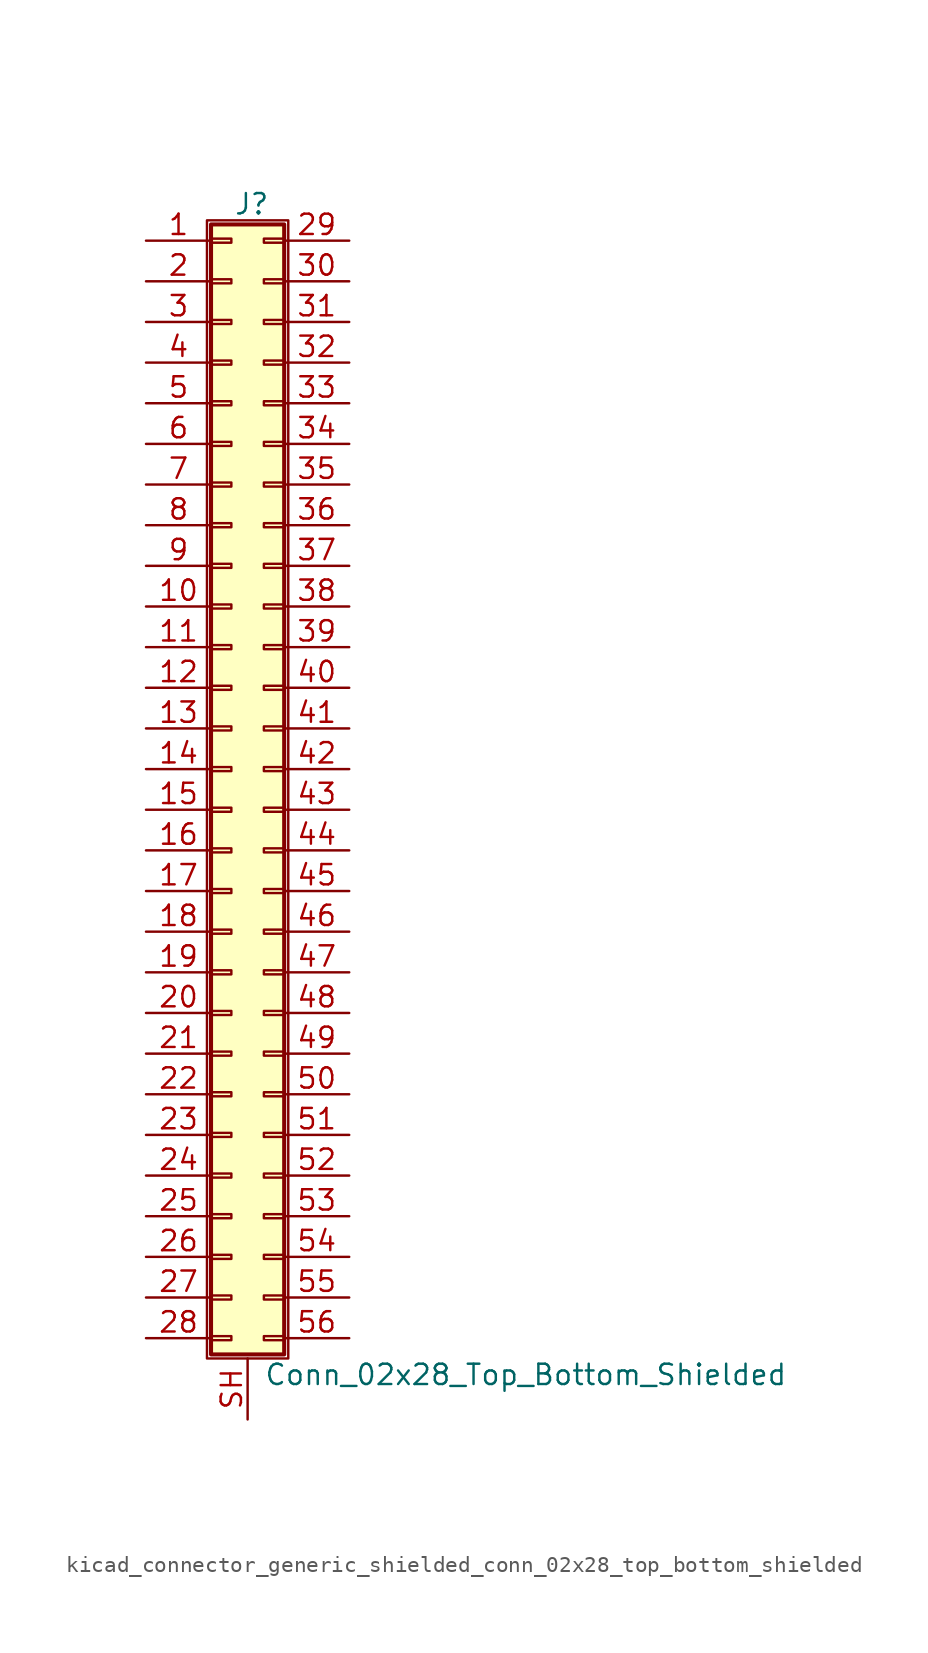
<source format=kicad_sym>
(kicad_symbol_lib
  (version 20220914)
  (generator kicad_symbol_editor)
  (symbol "kicad_connector_generic_shielded_conn_02x28_top_bottom_shielded"
    (pin_names
      (offset 1.016) hide)
    (property "Reference" "J"
      (at 1.524 35.306 0)
      (effects (font (size 1.27 1.27))))
    (property "Value" "Conn_02x28_Top_Bottom_Shielded"
      (at 2.286 -37.846 0)
      (effects (font (size 1.27 1.27)) (justify left)))
    (symbol "kicad_connector_generic_shielded_conn_02x28_top_bottom_shielded_1_1"
      (rectangle (start -1.27 34.29) (end 3.81 -36.83) (stroke (width 0.152) (type default)) (fill (type none)))
      (rectangle (start -1.016 -35.433) (end 0.254 -35.687) (stroke (width 0.152) (type default)) (fill (type none)))
      (rectangle (start -1.016 -32.893) (end 0.254 -33.147) (stroke (width 0.152) (type default)) (fill (type none)))
      (rectangle (start -1.016 -30.353) (end 0.254 -30.607) (stroke (width 0.152) (type default)) (fill (type none)))
      (rectangle (start -1.016 -27.813) (end 0.254 -28.067) (stroke (width 0.152) (type default)) (fill (type none)))
      (rectangle (start -1.016 -25.273) (end 0.254 -25.527) (stroke (width 0.152) (type default)) (fill (type none)))
      (rectangle (start -1.016 -22.733) (end 0.254 -22.987) (stroke (width 0.152) (type default)) (fill (type none)))
      (rectangle (start -1.016 -20.193) (end 0.254 -20.447) (stroke (width 0.152) (type default)) (fill (type none)))
      (rectangle (start -1.016 -17.653) (end 0.254 -17.907) (stroke (width 0.152) (type default)) (fill (type none)))
      (rectangle (start -1.016 -15.113) (end 0.254 -15.367) (stroke (width 0.152) (type default)) (fill (type none)))
      (rectangle (start -1.016 -12.573) (end 0.254 -12.827) (stroke (width 0.152) (type default)) (fill (type none)))
      (rectangle (start -1.016 -10.033) (end 0.254 -10.287) (stroke (width 0.152) (type default)) (fill (type none)))
      (rectangle (start -1.016 -7.493) (end 0.254 -7.747) (stroke (width 0.152) (type default)) (fill (type none)))
      (rectangle (start -1.016 -4.953) (end 0.254 -5.207) (stroke (width 0.152) (type default)) (fill (type none)))
      (rectangle (start -1.016 -2.413) (end 0.254 -2.667) (stroke (width 0.152) (type default)) (fill (type none)))
      (rectangle (start -1.016 0.127) (end 0.254 -0.127) (stroke (width 0.152) (type default)) (fill (type none)))
      (rectangle (start -1.016 2.667) (end 0.254 2.413) (stroke (width 0.152) (type default)) (fill (type none)))
      (rectangle (start -1.016 5.207) (end 0.254 4.953) (stroke (width 0.152) (type default)) (fill (type none)))
      (rectangle (start -1.016 7.747) (end 0.254 7.493) (stroke (width 0.152) (type default)) (fill (type none)))
      (rectangle (start -1.016 10.287) (end 0.254 10.033) (stroke (width 0.152) (type default)) (fill (type none)))
      (rectangle (start -1.016 12.827) (end 0.254 12.573) (stroke (width 0.152) (type default)) (fill (type none)))
      (rectangle (start -1.016 15.367) (end 0.254 15.113) (stroke (width 0.152) (type default)) (fill (type none)))
      (rectangle (start -1.016 17.907) (end 0.254 17.653) (stroke (width 0.152) (type default)) (fill (type none)))
      (rectangle (start -1.016 20.447) (end 0.254 20.193) (stroke (width 0.152) (type default)) (fill (type none)))
      (rectangle (start -1.016 22.987) (end 0.254 22.733) (stroke (width 0.152) (type default)) (fill (type none)))
      (rectangle (start -1.016 25.527) (end 0.254 25.273) (stroke (width 0.152) (type default)) (fill (type none)))
      (rectangle (start -1.016 28.067) (end 0.254 27.813) (stroke (width 0.152) (type default)) (fill (type none)))
      (rectangle (start -1.016 30.607) (end 0.254 30.353) (stroke (width 0.152) (type default)) (fill (type none)))
      (rectangle (start -1.016 33.147) (end 0.254 32.893) (stroke (width 0.152) (type default)) (fill (type none)))
      (rectangle (start -1.016 34.036) (end 3.556 -36.576) (stroke (width 0.254) (type default)) (fill (type background)))
      (rectangle (start 3.556 -35.433) (end 2.286 -35.687) (stroke (width 0.152) (type default)) (fill (type none)))
      (rectangle (start 3.556 -32.893) (end 2.286 -33.147) (stroke (width 0.152) (type default)) (fill (type none)))
      (rectangle (start 3.556 -30.353) (end 2.286 -30.607) (stroke (width 0.152) (type default)) (fill (type none)))
      (rectangle (start 3.556 -27.813) (end 2.286 -28.067) (stroke (width 0.152) (type default)) (fill (type none)))
      (rectangle (start 3.556 -25.273) (end 2.286 -25.527) (stroke (width 0.152) (type default)) (fill (type none)))
      (rectangle (start 3.556 -22.733) (end 2.286 -22.987) (stroke (width 0.152) (type default)) (fill (type none)))
      (rectangle (start 3.556 -20.193) (end 2.286 -20.447) (stroke (width 0.152) (type default)) (fill (type none)))
      (rectangle (start 3.556 -17.653) (end 2.286 -17.907) (stroke (width 0.152) (type default)) (fill (type none)))
      (rectangle (start 3.556 -15.113) (end 2.286 -15.367) (stroke (width 0.152) (type default)) (fill (type none)))
      (rectangle (start 3.556 -12.573) (end 2.286 -12.827) (stroke (width 0.152) (type default)) (fill (type none)))
      (rectangle (start 3.556 -10.033) (end 2.286 -10.287) (stroke (width 0.152) (type default)) (fill (type none)))
      (rectangle (start 3.556 -7.493) (end 2.286 -7.747) (stroke (width 0.152) (type default)) (fill (type none)))
      (rectangle (start 3.556 -4.953) (end 2.286 -5.207) (stroke (width 0.152) (type default)) (fill (type none)))
      (rectangle (start 3.556 -2.413) (end 2.286 -2.667) (stroke (width 0.152) (type default)) (fill (type none)))
      (rectangle (start 3.556 0.127) (end 2.286 -0.127) (stroke (width 0.152) (type default)) (fill (type none)))
      (rectangle (start 3.556 2.667) (end 2.286 2.413) (stroke (width 0.152) (type default)) (fill (type none)))
      (rectangle (start 3.556 5.207) (end 2.286 4.953) (stroke (width 0.152) (type default)) (fill (type none)))
      (rectangle (start 3.556 7.747) (end 2.286 7.493) (stroke (width 0.152) (type default)) (fill (type none)))
      (rectangle (start 3.556 10.287) (end 2.286 10.033) (stroke (width 0.152) (type default)) (fill (type none)))
      (rectangle (start 3.556 12.827) (end 2.286 12.573) (stroke (width 0.152) (type default)) (fill (type none)))
      (rectangle (start 3.556 15.367) (end 2.286 15.113) (stroke (width 0.152) (type default)) (fill (type none)))
      (rectangle (start 3.556 17.907) (end 2.286 17.653) (stroke (width 0.152) (type default)) (fill (type none)))
      (rectangle (start 3.556 20.447) (end 2.286 20.193) (stroke (width 0.152) (type default)) (fill (type none)))
      (rectangle (start 3.556 22.987) (end 2.286 22.733) (stroke (width 0.152) (type default)) (fill (type none)))
      (rectangle (start 3.556 25.527) (end 2.286 25.273) (stroke (width 0.152) (type default)) (fill (type none)))
      (rectangle (start 3.556 28.067) (end 2.286 27.813) (stroke (width 0.152) (type default)) (fill (type none)))
      (rectangle (start 3.556 30.607) (end 2.286 30.353) (stroke (width 0.152) (type default)) (fill (type none)))
      (rectangle (start 3.556 33.147) (end 2.286 32.893) (stroke (width 0.152) (type default)) (fill (type none)))
      (pin passive line (at -5.08 33.02 0) (length 4.064) (name "Pin_1" (effects (font (size 1.27 1.27)))) (number "1" (effects (font (size 1.27 1.27)))))
      (pin passive line (at -5.08 10.16 0) (length 4.064) (name "Pin_10" (effects (font (size 1.27 1.27)))) (number "10" (effects (font (size 1.27 1.27)))))
      (pin passive line (at -5.08 7.62 0) (length 4.064) (name "Pin_11" (effects (font (size 1.27 1.27)))) (number "11" (effects (font (size 1.27 1.27)))))
      (pin passive line (at -5.08 5.08 0) (length 4.064) (name "Pin_12" (effects (font (size 1.27 1.27)))) (number "12" (effects (font (size 1.27 1.27)))))
      (pin passive line (at -5.08 2.54 0) (length 4.064) (name "Pin_13" (effects (font (size 1.27 1.27)))) (number "13" (effects (font (size 1.27 1.27)))))
      (pin passive line (at -5.08 0 0) (length 4.064) (name "Pin_14" (effects (font (size 1.27 1.27)))) (number "14" (effects (font (size 1.27 1.27)))))
      (pin passive line (at -5.08 -2.54 0) (length 4.064) (name "Pin_15" (effects (font (size 1.27 1.27)))) (number "15" (effects (font (size 1.27 1.27)))))
      (pin passive line (at -5.08 -5.08 0) (length 4.064) (name "Pin_16" (effects (font (size 1.27 1.27)))) (number "16" (effects (font (size 1.27 1.27)))))
      (pin passive line (at -5.08 -7.62 0) (length 4.064) (name "Pin_17" (effects (font (size 1.27 1.27)))) (number "17" (effects (font (size 1.27 1.27)))))
      (pin passive line (at -5.08 -10.16 0) (length 4.064) (name "Pin_18" (effects (font (size 1.27 1.27)))) (number "18" (effects (font (size 1.27 1.27)))))
      (pin passive line (at -5.08 -12.7 0) (length 4.064) (name "Pin_19" (effects (font (size 1.27 1.27)))) (number "19" (effects (font (size 1.27 1.27)))))
      (pin passive line (at -5.08 30.48 0) (length 4.064) (name "Pin_2" (effects (font (size 1.27 1.27)))) (number "2" (effects (font (size 1.27 1.27)))))
      (pin passive line (at -5.08 -15.24 0) (length 4.064) (name "Pin_20" (effects (font (size 1.27 1.27)))) (number "20" (effects (font (size 1.27 1.27)))))
      (pin passive line (at -5.08 -17.78 0) (length 4.064) (name "Pin_21" (effects (font (size 1.27 1.27)))) (number "21" (effects (font (size 1.27 1.27)))))
      (pin passive line (at -5.08 -20.32 0) (length 4.064) (name "Pin_22" (effects (font (size 1.27 1.27)))) (number "22" (effects (font (size 1.27 1.27)))))
      (pin passive line (at -5.08 -22.86 0) (length 4.064) (name "Pin_23" (effects (font (size 1.27 1.27)))) (number "23" (effects (font (size 1.27 1.27)))))
      (pin passive line (at -5.08 -25.4 0) (length 4.064) (name "Pin_24" (effects (font (size 1.27 1.27)))) (number "24" (effects (font (size 1.27 1.27)))))
      (pin passive line (at -5.08 -27.94 0) (length 4.064) (name "Pin_25" (effects (font (size 1.27 1.27)))) (number "25" (effects (font (size 1.27 1.27)))))
      (pin passive line (at -5.08 -30.48 0) (length 4.064) (name "Pin_26" (effects (font (size 1.27 1.27)))) (number "26" (effects (font (size 1.27 1.27)))))
      (pin passive line (at -5.08 -33.02 0) (length 4.064) (name "Pin_27" (effects (font (size 1.27 1.27)))) (number "27" (effects (font (size 1.27 1.27)))))
      (pin passive line (at -5.08 -35.56 0) (length 4.064) (name "Pin_28" (effects (font (size 1.27 1.27)))) (number "28" (effects (font (size 1.27 1.27)))))
      (pin passive line (at 7.62 33.02 180) (length 4.064) (name "Pin_29" (effects (font (size 1.27 1.27)))) (number "29" (effects (font (size 1.27 1.27)))))
      (pin passive line (at -5.08 27.94 0) (length 4.064) (name "Pin_3" (effects (font (size 1.27 1.27)))) (number "3" (effects (font (size 1.27 1.27)))))
      (pin passive line (at 7.62 30.48 180) (length 4.064) (name "Pin_30" (effects (font (size 1.27 1.27)))) (number "30" (effects (font (size 1.27 1.27)))))
      (pin passive line (at 7.62 27.94 180) (length 4.064) (name "Pin_31" (effects (font (size 1.27 1.27)))) (number "31" (effects (font (size 1.27 1.27)))))
      (pin passive line (at 7.62 25.4 180) (length 4.064) (name "Pin_32" (effects (font (size 1.27 1.27)))) (number "32" (effects (font (size 1.27 1.27)))))
      (pin passive line (at 7.62 22.86 180) (length 4.064) (name "Pin_33" (effects (font (size 1.27 1.27)))) (number "33" (effects (font (size 1.27 1.27)))))
      (pin passive line (at 7.62 20.32 180) (length 4.064) (name "Pin_34" (effects (font (size 1.27 1.27)))) (number "34" (effects (font (size 1.27 1.27)))))
      (pin passive line (at 7.62 17.78 180) (length 4.064) (name "Pin_35" (effects (font (size 1.27 1.27)))) (number "35" (effects (font (size 1.27 1.27)))))
      (pin passive line (at 7.62 15.24 180) (length 4.064) (name "Pin_36" (effects (font (size 1.27 1.27)))) (number "36" (effects (font (size 1.27 1.27)))))
      (pin passive line (at 7.62 12.7 180) (length 4.064) (name "Pin_37" (effects (font (size 1.27 1.27)))) (number "37" (effects (font (size 1.27 1.27)))))
      (pin passive line (at 7.62 10.16 180) (length 4.064) (name "Pin_38" (effects (font (size 1.27 1.27)))) (number "38" (effects (font (size 1.27 1.27)))))
      (pin passive line (at 7.62 7.62 180) (length 4.064) (name "Pin_39" (effects (font (size 1.27 1.27)))) (number "39" (effects (font (size 1.27 1.27)))))
      (pin passive line (at -5.08 25.4 0) (length 4.064) (name "Pin_4" (effects (font (size 1.27 1.27)))) (number "4" (effects (font (size 1.27 1.27)))))
      (pin passive line (at 7.62 5.08 180) (length 4.064) (name "Pin_40" (effects (font (size 1.27 1.27)))) (number "40" (effects (font (size 1.27 1.27)))))
      (pin passive line (at 7.62 2.54 180) (length 4.064) (name "Pin_41" (effects (font (size 1.27 1.27)))) (number "41" (effects (font (size 1.27 1.27)))))
      (pin passive line (at 7.62 0 180) (length 4.064) (name "Pin_42" (effects (font (size 1.27 1.27)))) (number "42" (effects (font (size 1.27 1.27)))))
      (pin passive line (at 7.62 -2.54 180) (length 4.064) (name "Pin_43" (effects (font (size 1.27 1.27)))) (number "43" (effects (font (size 1.27 1.27)))))
      (pin passive line (at 7.62 -5.08 180) (length 4.064) (name "Pin_44" (effects (font (size 1.27 1.27)))) (number "44" (effects (font (size 1.27 1.27)))))
      (pin passive line (at 7.62 -7.62 180) (length 4.064) (name "Pin_45" (effects (font (size 1.27 1.27)))) (number "45" (effects (font (size 1.27 1.27)))))
      (pin passive line (at 7.62 -10.16 180) (length 4.064) (name "Pin_46" (effects (font (size 1.27 1.27)))) (number "46" (effects (font (size 1.27 1.27)))))
      (pin passive line (at 7.62 -12.7 180) (length 4.064) (name "Pin_47" (effects (font (size 1.27 1.27)))) (number "47" (effects (font (size 1.27 1.27)))))
      (pin passive line (at 7.62 -15.24 180) (length 4.064) (name "Pin_48" (effects (font (size 1.27 1.27)))) (number "48" (effects (font (size 1.27 1.27)))))
      (pin passive line (at 7.62 -17.78 180) (length 4.064) (name "Pin_49" (effects (font (size 1.27 1.27)))) (number "49" (effects (font (size 1.27 1.27)))))
      (pin passive line (at -5.08 22.86 0) (length 4.064) (name "Pin_5" (effects (font (size 1.27 1.27)))) (number "5" (effects (font (size 1.27 1.27)))))
      (pin passive line (at 7.62 -20.32 180) (length 4.064) (name "Pin_50" (effects (font (size 1.27 1.27)))) (number "50" (effects (font (size 1.27 1.27)))))
      (pin passive line (at 7.62 -22.86 180) (length 4.064) (name "Pin_51" (effects (font (size 1.27 1.27)))) (number "51" (effects (font (size 1.27 1.27)))))
      (pin passive line (at 7.62 -25.4 180) (length 4.064) (name "Pin_52" (effects (font (size 1.27 1.27)))) (number "52" (effects (font (size 1.27 1.27)))))
      (pin passive line (at 7.62 -27.94 180) (length 4.064) (name "Pin_53" (effects (font (size 1.27 1.27)))) (number "53" (effects (font (size 1.27 1.27)))))
      (pin passive line (at 7.62 -30.48 180) (length 4.064) (name "Pin_54" (effects (font (size 1.27 1.27)))) (number "54" (effects (font (size 1.27 1.27)))))
      (pin passive line (at 7.62 -33.02 180) (length 4.064) (name "Pin_55" (effects (font (size 1.27 1.27)))) (number "55" (effects (font (size 1.27 1.27)))))
      (pin passive line (at 7.62 -35.56 180) (length 4.064) (name "Pin_56" (effects (font (size 1.27 1.27)))) (number "56" (effects (font (size 1.27 1.27)))))
      (pin passive line (at -5.08 20.32 0) (length 4.064) (name "Pin_6" (effects (font (size 1.27 1.27)))) (number "6" (effects (font (size 1.27 1.27)))))
      (pin passive line (at -5.08 17.78 0) (length 4.064) (name "Pin_7" (effects (font (size 1.27 1.27)))) (number "7" (effects (font (size 1.27 1.27)))))
      (pin passive line (at -5.08 15.24 0) (length 4.064) (name "Pin_8" (effects (font (size 1.27 1.27)))) (number "8" (effects (font (size 1.27 1.27)))))
      (pin passive line (at -5.08 12.7 0) (length 4.064) (name "Pin_9" (effects (font (size 1.27 1.27)))) (number "9" (effects (font (size 1.27 1.27)))))
      (pin passive line (at 1.27 -40.64 90) (length 3.81) (name "Shield" (effects (font (size 1.27 1.27)))) (number "SH" (effects (font (size 1.27 1.27))))))))
</source>
